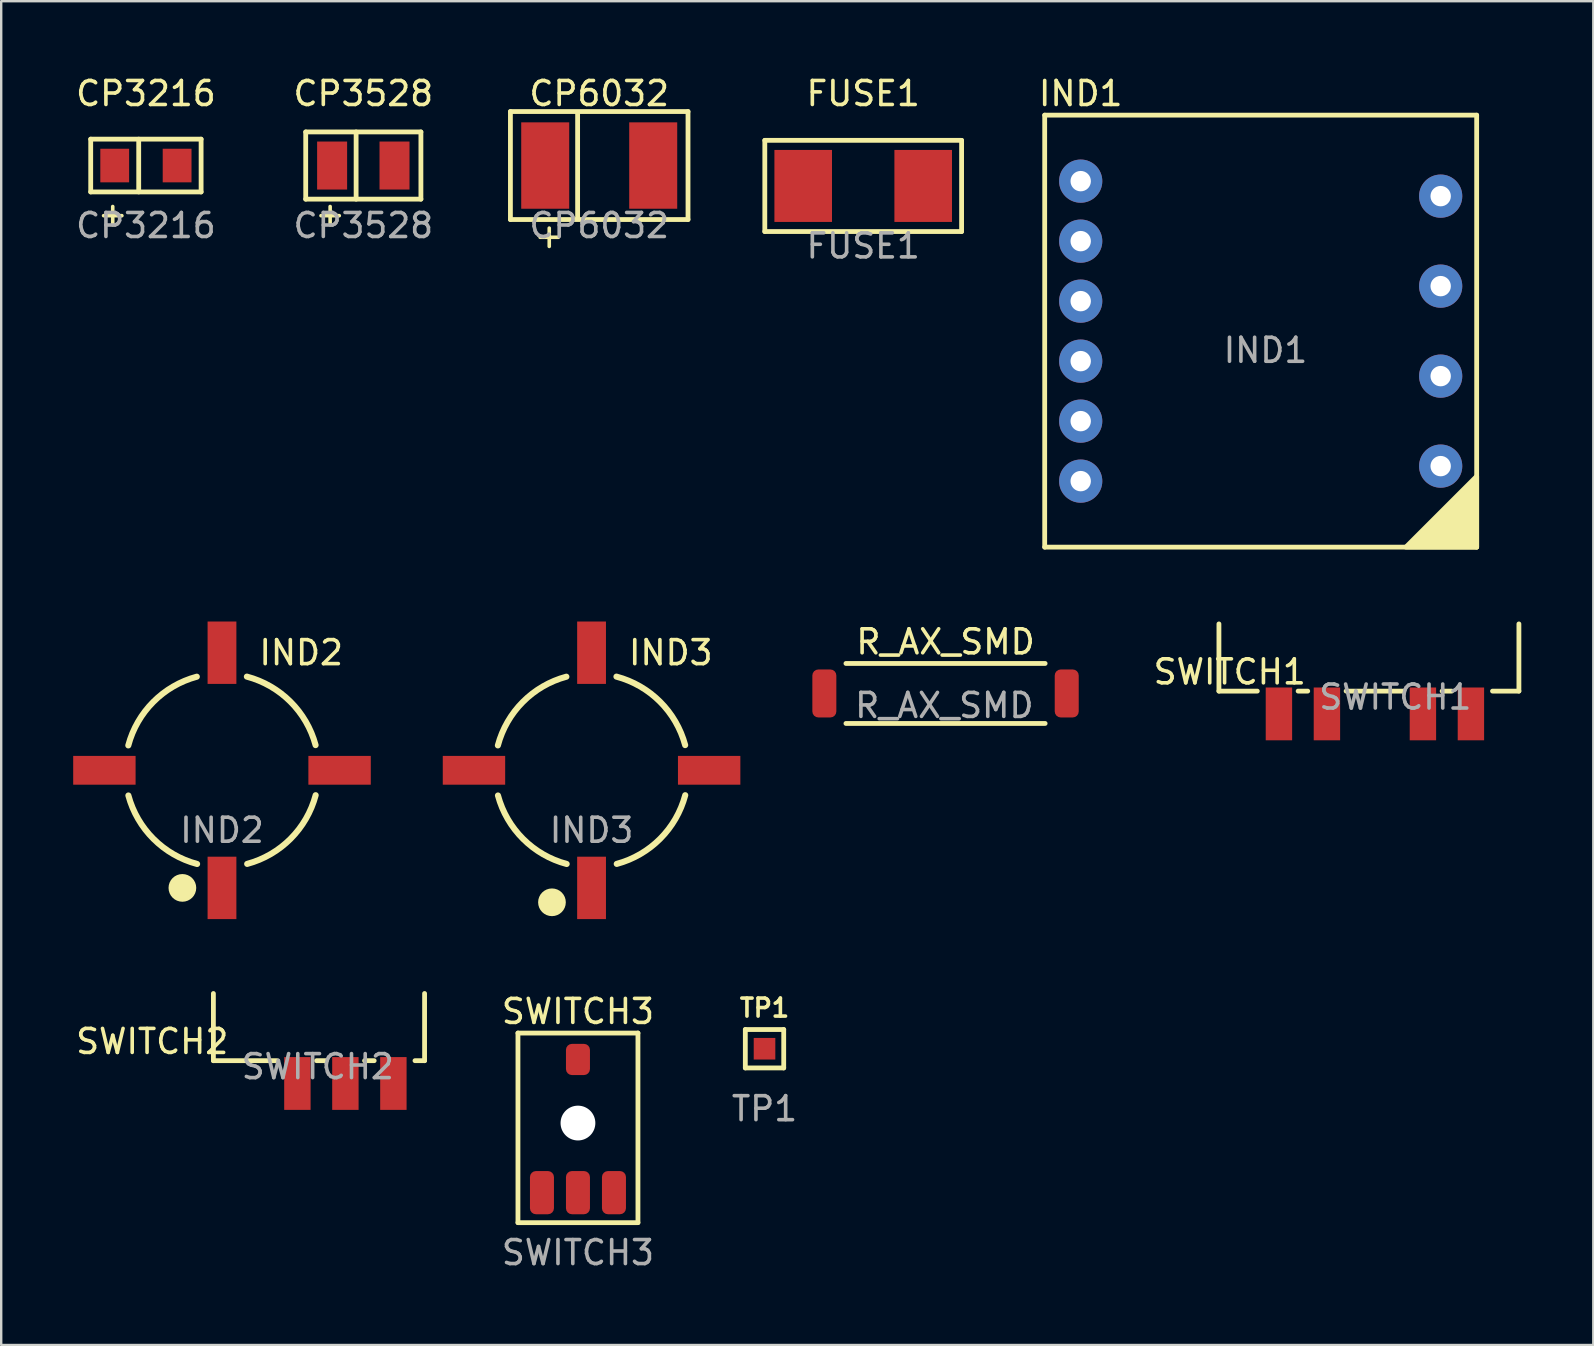
<source format=kicad_pcb>
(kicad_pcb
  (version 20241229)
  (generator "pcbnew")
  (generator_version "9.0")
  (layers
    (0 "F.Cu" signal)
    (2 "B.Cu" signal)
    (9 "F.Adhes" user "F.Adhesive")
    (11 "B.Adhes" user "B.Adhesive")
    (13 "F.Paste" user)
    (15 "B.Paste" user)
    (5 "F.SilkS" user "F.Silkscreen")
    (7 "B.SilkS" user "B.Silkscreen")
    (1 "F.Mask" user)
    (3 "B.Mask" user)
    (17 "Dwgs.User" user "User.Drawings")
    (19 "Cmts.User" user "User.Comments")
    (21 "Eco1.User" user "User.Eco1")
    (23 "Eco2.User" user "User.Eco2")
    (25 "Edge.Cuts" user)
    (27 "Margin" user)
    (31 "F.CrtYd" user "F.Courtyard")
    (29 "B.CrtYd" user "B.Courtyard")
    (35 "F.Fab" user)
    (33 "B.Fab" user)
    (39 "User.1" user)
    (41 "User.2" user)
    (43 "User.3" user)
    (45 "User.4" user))
  (footprint "IND3"
    (layer "F.Cu")
    (at 21.6 29.048)
    (property "Reference" "IND3" (at 3.3 -4.9 0) (unlocked yes) (layer "F.SilkS") (effects (font (size 1 1) (thickness 0.15))))
    (attr smd)
    (fp_arc (start -3.903319 -1.03759) (mid -2.860453 -2.851369) (end -1.05 -3.899999) (stroke (width 0.254) (type default)) (layer "F.SilkS"))
    (fp_arc (start -1.03759 3.903319) (mid -2.851369 2.860453) (end -3.899999 1.05) (stroke (width 0.254) (type default)) (layer "F.SilkS"))
    (fp_arc (start 1.03759 -3.903319) (mid 2.851369 -2.860453) (end 3.899999 -1.05) (stroke (width 0.254) (type default)) (layer "F.SilkS"))
    (fp_arc (start 3.903319 1.03759) (mid 2.860453 2.851369) (end 1.05 3.899999) (stroke (width 0.254) (type default)) (layer "F.SilkS"))
    (fp_circle (center -1.65 5.5) (end -1.2 5.5) (stroke (width 0.254) (type solid)) (fill yes) (layer "F.SilkS"))
    (fp_text user "${REFERENCE}" (at 0 2.5 0) (unlocked yes) (layer "F.Fab") (effects (font (size 1 1) (thickness 0.15))))
    (pad "0" smd rect (at -4.9 0) (size 2.6 1.2) (layers "F.Cu" "F.Mask" "F.Paste"))
    (pad "0" smd rect (at 4.9 0) (size 2.6 1.2) (layers "F.Cu" "F.Mask" "F.Paste"))
    (pad "1" smd rect (at 0 4.9 90) (size 2.6 1.2) (layers "F.Cu" "F.Mask" "B.Adhes" "F.Paste"))
    (pad "2" smd rect (at 0 -4.9 90) (size 2.6 1.2) (layers "F.Cu" "F.Mask" "B.Adhes" "F.Paste")))
  (footprint "CP6032"
    (layer "F.Cu")
    (at 21.919 3.848)
    (property "Reference" "CP6032" (at 0 -3 0) (unlocked yes) (layer "F.SilkS") (effects (font (size 1 1) (thickness 0.15))))
    (attr smd)
    (fp_line (start -3.7 -2.25) (end -3.7 2.25) (stroke (width 0.2) (type default)) (layer "F.SilkS"))
    (fp_line (start -0.9 2.2) (end -0.9 -2.2) (stroke (width 0.2) (type default)) (layer "F.SilkS"))
    (fp_line (start 3.7 -2.25) (end -3.7 -2.25) (stroke (width 0.2) (type default)) (layer "F.SilkS"))
    (fp_line (start 3.7 -2.25) (end 3.7 2.25) (stroke (width 0.2) (type default)) (layer "F.SilkS"))
    (fp_line (start 3.7 2.25) (end -3.7 2.25) (stroke (width 0.2) (type default)) (layer "F.SilkS"))
    (fp_text user "+" (at -2.8 3.5 0) (unlocked yes) (layer "F.SilkS") (effects (font (size 1 1) (thickness 0.15)) (justify left bottom)))
    (fp_text user "${REFERENCE}" (at 0 2.5 0) (unlocked yes) (layer "F.Fab") (effects (font (size 1 1) (thickness 0.15))))
    (pad "1" smd rect (at -2.25 0 270) (size 3.6 2) (layers "F.Cu" "F.Mask" "F.Paste"))
    (pad "2" smd rect (at 2.25 0 270) (size 3.6 2) (layers "F.Cu" "F.Mask" "F.Paste")))
  (footprint "SWITCH2"
    (layer "F.Cu")
    (at 13.342 42.098)
    (property "Reference" "SWITCH2" (at -10.05 -1.75 0) (unlocked yes) (layer "F.SilkS") (effects (font (size 1 1) (thickness 0.15))))
    (attr smd)
    (fp_line (start -7.5 -3.75) (end -7.5 -0.95) (stroke (width 0.2) (type default)) (layer "F.SilkS"))
    (fp_line (start -4.85 -0.95) (end -7.5 -0.95) (stroke (width 0.2) (type default)) (layer "F.SilkS"))
    (fp_line (start -3.2 -0.95) (end -2.8 -0.95) (stroke (width 0.2) (type default)) (layer "F.SilkS"))
    (fp_line (start -1.2 -0.95) (end -0.8 -0.95) (stroke (width 0.2) (type default)) (layer "F.SilkS"))
    (fp_line (start 0.9 -0.95) (end 1.3 -0.95) (stroke (width 0.2) (type default)) (layer "F.SilkS"))
    (fp_line (start 1.3 -0.95) (end 1.3 -3.75) (stroke (width 0.2) (type default)) (layer "F.SilkS"))
    (fp_text user "${REFERENCE}" (at -3.15 -0.7 0) (unlocked yes) (layer "F.Fab") (effects (font (size 1 1) (thickness 0.15))))
    (pad "1" smd rect (at 0 0) (size 1.1 2.2) (layers "F.Cu" "F.Mask" "F.Paste"))
    (pad "2" smd rect (at -4 0) (size 1.1 2.2) (layers "F.Cu" "F.Mask" "F.Paste"))
    (pad "3" smd rect (at -2 0) (size 1.1 2.2) (layers "F.Cu" "F.Mask" "F.Paste")))
  (footprint "SWITCH1"
    (layer "F.Cu")
    (at 58.242 26.698)
    (property "Reference" "SWITCH1" (at -10.05 -1.75 0) (unlocked yes) (layer "F.SilkS") (effects (font (size 1 1) (thickness 0.15))))
    (attr smd)
    (fp_line (start -10.5 -3.75) (end -10.5 -0.95) (stroke (width 0.2) (type default)) (layer "F.SilkS"))
    (fp_line (start -8.9 -0.95) (end -10.5 -0.95) (stroke (width 0.2) (type default)) (layer "F.SilkS"))
    (fp_line (start -7.2 -0.95) (end -6.8 -0.95) (stroke (width 0.2) (type default)) (layer "F.SilkS"))
    (fp_line (start -5.2 -0.95) (end -2.8 -0.95) (stroke (width 0.2) (type default)) (layer "F.SilkS"))
    (fp_line (start -1.2 -0.95) (end -0.8 -0.95) (stroke (width 0.2) (type default)) (layer "F.SilkS"))
    (fp_line (start 0.9 -0.95) (end 2 -0.95) (stroke (width 0.2) (type default)) (layer "F.SilkS"))
    (fp_line (start 2 -0.95) (end 2 -3.75) (stroke (width 0.2) (type default)) (layer "F.SilkS"))
    (fp_text user "${REFERENCE}" (at -3.15 -0.7 0) (unlocked yes) (layer "F.Fab") (effects (font (size 1 1) (thickness 0.15))))
    (pad "1" smd rect (at 0 0) (size 1.1 2.2) (layers "F.Cu" "F.Mask" "F.Paste"))
    (pad "2" smd rect (at -2 0) (size 1.1 2.2) (layers "F.Cu" "F.Mask" "F.Paste"))
    (pad "3" smd rect (at -6 0) (size 1.1 2.2) (layers "F.Cu" "F.Mask" "F.Paste"))
    (pad "4" smd rect (at -8 0) (size 1.1 2.2) (layers "F.Cu" "F.Mask" "F.Paste")))
  (footprint "SWITCH3"
    (layer "F.Cu")
    (at 21.033 46.647)
    (property "Reference" "SWITCH3" (at 0 -7.55 0) (unlocked yes) (layer "F.SilkS") (effects (font (size 1 1) (thickness 0.15))))
    (attr smd)
    (fp_line (start -2.5 -6.65) (end 2.5 -6.65) (stroke (width 0.2) (type default)) (layer "F.SilkS"))
    (fp_line (start -2.5 1.25) (end -2.5 -6.65) (stroke (width 0.2) (type default)) (layer "F.SilkS"))
    (fp_line (start -2.5 1.25) (end 2.5 1.25) (stroke (width 0.2) (type default)) (layer "F.SilkS"))
    (fp_line (start 2.5 1.25) (end 2.5 -6.65) (stroke (width 0.2) (type default)) (layer "F.SilkS"))
    (fp_text user "${REFERENCE}" (at 0 2.5 0) (unlocked yes) (layer "F.Fab") (effects (font (size 1 1) (thickness 0.15))))
    (pad "" np_thru_hole circle (at 0 -2.9) (size 1.45 1.45) (drill 1.45) (layers "*.Cu" "*.Mask"))
    (pad "0" smd roundrect (at -1.5 0) (size 1 1.8) (layers "F.Cu" "F.Mask" "F.Paste") (roundrect_rratio 0.25))
    (pad "0" smd roundrect (at 1.5 0) (size 1 1.8) (layers "F.Cu" "F.Mask" "F.Paste") (roundrect_rratio 0.25))
    (pad "1" smd roundrect (at 0 0) (size 1 1.8) (layers "F.Cu" "F.Mask" "F.Paste") (roundrect_rratio 0.25))
    (pad "2" smd roundrect (at 0 -5.55) (size 1 1.3) (layers "F.Cu" "F.Mask" "F.Paste") (roundrect_rratio 0.25)))
  (footprint "CP3528"
    (layer "F.Cu")
    (at 12.089 3.848)
    (property "Reference" "CP3528" (at 0 -3 0) (unlocked yes) (layer "F.SilkS") (effects (font (size 1 1) (thickness 0.15))))
    (attr smd)
    (fp_line (start -2.4 -1.4) (end -2.4 1.4) (stroke (width 0.2) (type default)) (layer "F.SilkS"))
    (fp_line (start -0.3 1.4) (end -0.3 -1.4) (stroke (width 0.2) (type default)) (layer "F.SilkS"))
    (fp_line (start 2.4 -1.4) (end -2.4 -1.4) (stroke (width 0.2) (type default)) (layer "F.SilkS"))
    (fp_line (start 2.4 -1.4) (end 2.4 1.4) (stroke (width 0.2) (type default)) (layer "F.SilkS"))
    (fp_line (start 2.4 1.4) (end -2.4 1.4) (stroke (width 0.2) (type default)) (layer "F.SilkS"))
    (fp_text user "+" (at -2.1 2.6 0) (unlocked yes) (layer "F.SilkS") (effects (font (size 1 1) (thickness 0.15)) (justify left bottom)))
    (fp_text user "${REFERENCE}" (at 0 2.5 0) (unlocked yes) (layer "F.Fab") (effects (font (size 1 1) (thickness 0.15))))
    (pad "1" smd rect (at -1.3 0 270) (size 2 1.25) (layers "F.Cu" "F.Mask" "F.Paste"))
    (pad "2" smd rect (at 1.3 0 270) (size 2 1.25) (layers "F.Cu" "F.Mask" "F.Paste")))
  (footprint "IND1"
    (layer "F.Cu")
    (at 41.982 4.498)
    (property "Reference" "IND1" (at 0 -3.65 0) (unlocked yes) (layer "F.SilkS") (effects (font (size 1 1) (thickness 0.15))))
    (attr through_hole)
    (fp_line (start -1.5 -2.75) (end -1.5 15.25) (stroke (width 0.2) (type default)) (layer "F.SilkS"))
    (fp_line (start -1.5 -2.75) (end 16.5 -2.75) (stroke (width 0.2) (type default)) (layer "F.SilkS"))
    (fp_line (start 16.5 15.25) (end -1.5 15.25) (stroke (width 0.2) (type default)) (layer "F.SilkS"))
    (fp_line (start 16.5 15.25) (end 16.5 -2.75) (stroke (width 0.2) (type default)) (layer "F.SilkS"))
    (fp_poly (pts (xy 16.5 15.25) (xy 16.5 12.3) (xy 13.55 15.25)) (stroke (width 0.2) (type solid)) (fill yes) (layer "F.SilkS"))
    (fp_text user "${REFERENCE}" (at 7.7 7.05 0) (unlocked yes) (layer "F.Fab") (effects (font (size 1 1) (thickness 0.15))))
    (pad "1" thru_hole circle (at 15 11.875) (size 1.8 1.8) (drill 0.85) (layers "*.Cu" "*.Mask"))
    (pad "2" thru_hole circle (at 15 8.125) (size 1.8 1.8) (drill 0.85) (layers "*.Cu" "*.Mask"))
    (pad "3" thru_hole circle (at 15 4.375) (size 1.8 1.8) (drill 0.85) (layers "*.Cu" "*.Mask"))
    (pad "4" thru_hole circle (at 15 0.625) (size 1.8 1.8) (drill 0.85) (layers "*.Cu" "*.Mask"))
    (pad "5" thru_hole circle (at 0 0) (size 1.8 1.8) (drill 0.85) (layers "*.Cu" "*.Mask"))
    (pad "6" thru_hole circle (at 0 2.5) (size 1.8 1.8) (drill 0.85) (layers "*.Cu" "*.Mask"))
    (pad "7" thru_hole circle (at 0 5) (size 1.8 1.8) (drill 0.85) (layers "*.Cu" "*.Mask"))
    (pad "8" thru_hole circle (at 0 7.5) (size 1.8 1.8) (drill 0.85) (layers "*.Cu" "*.Mask"))
    (pad "9" thru_hole circle (at 0 10) (size 1.8 1.8) (drill 0.85) (layers "*.Cu" "*.Mask"))
    (pad "10" thru_hole circle (at 0 12.5) (size 1.8 1.8) (drill 0.85) (layers "*.Cu" "*.Mask")))
  (footprint "R_AX_SMD"
    (layer "F.Cu")
    (at 36.35 25.846)
    (property "Reference" "R_AX_SMD" (at 0 -2.15 0) (unlocked yes) (layer "F.SilkS") (effects (font (size 1 1) (thickness 0.15))))
    (attr smd)
    (fp_line (start -4.15 -1.25) (end 4.15 -1.25) (stroke (width 0.2) (type default)) (layer "F.SilkS"))
    (fp_line (start -4.15 1.25) (end 4.15 1.25) (stroke (width 0.2) (type default)) (layer "F.SilkS"))
    (fp_text user "${REFERENCE}" (at -0.05 0.5 0) (unlocked yes) (layer "F.Fab") (effects (font (size 1 1) (thickness 0.15))))
    (pad "1" smd roundrect (at -5.05 0) (size 1 2) (layers "F.Cu" "F.Mask" "F.Paste") (roundrect_rratio 0.25))
    (pad "2" smd roundrect (at 5.05 0) (size 1 2) (layers "F.Cu" "F.Mask" "F.Paste") (roundrect_rratio 0.25)))
  (footprint "CP3216"
    (layer "F.Cu")
    (at 3.03 3.848)
    (property "Reference" "CP3216" (at 0 -3 0) (unlocked yes) (layer "F.SilkS") (effects (font (size 1 1) (thickness 0.15))))
    (attr smd)
    (fp_line (start -2.3 -1.1) (end -2.3 1.1) (stroke (width 0.2) (type default)) (layer "F.SilkS"))
    (fp_line (start -0.3 1.1) (end -0.3 -1.1) (stroke (width 0.2) (type default)) (layer "F.SilkS"))
    (fp_line (start 2.3 -1.1) (end -2.3 -1.1) (stroke (width 0.2) (type default)) (layer "F.SilkS"))
    (fp_line (start 2.3 -1.1) (end 2.3 1.1) (stroke (width 0.2) (type default)) (layer "F.SilkS"))
    (fp_line (start 2.3 1.1) (end -2.3 1.1) (stroke (width 0.2) (type default)) (layer "F.SilkS"))
    (fp_text user "+" (at -2.1 2.6 0) (unlocked yes) (layer "F.SilkS") (effects (font (size 1 1) (thickness 0.15)) (justify left bottom)))
    (fp_text user "${REFERENCE}" (at 0 2.5 0) (unlocked yes) (layer "F.Fab") (effects (font (size 1 1) (thickness 0.15))))
    (pad "1" smd rect (at -1.3 0 270) (size 1.4 1.2) (layers "F.Cu" "F.Mask" "F.Paste"))
    (pad "2" smd rect (at 1.3 0 270) (size 1.4 1.2) (layers "F.Cu" "F.Mask" "F.Paste")))
  (footprint "FUSE1"
    (layer "F.Cu")
    (at 32.919 4.698)
    (property "Reference" "FUSE1" (at 0 -3.85 0) (unlocked yes) (layer "F.SilkS") (effects (font (size 1 1) (thickness 0.15))))
    (attr smd)
    (fp_line (start -4.1 -1.9) (end 4.1 -1.9) (stroke (width 0.2) (type default)) (layer "F.SilkS"))
    (fp_line (start -4.1 1.9) (end -4.1 -1.9) (stroke (width 0.2) (type default)) (layer "F.SilkS"))
    (fp_line (start -4.1 1.9) (end 4.1 1.9) (stroke (width 0.2) (type default)) (layer "F.SilkS"))
    (fp_line (start 4.1 1.9) (end 4.1 -1.9) (stroke (width 0.2) (type default)) (layer "F.SilkS"))
    (fp_text user "${REFERENCE}" (at 0 2.5 0) (unlocked yes) (layer "F.Fab") (effects (font (size 1 1) (thickness 0.15))))
    (pad "1" smd rect (at -2.5 0) (size 2.4 3) (layers "F.Cu" "F.Mask" "F.Paste"))
    (pad "2" smd rect (at 2.5 0) (size 2.4 3) (layers "F.Cu" "F.Mask" "F.Paste")))
  (footprint "IND2"
    (layer "F.Cu")
    (at 6.2 29.048)
    (property "Reference" "IND2" (at 3.3 -4.9 0) (unlocked yes) (layer "F.SilkS") (effects (font (size 1 1) (thickness 0.15))))
    (attr smd)
    (fp_arc (start -3.903319 -1.03759) (mid -2.860453 -2.851369) (end -1.05 -3.899999) (stroke (width 0.254) (type default)) (layer "F.SilkS"))
    (fp_arc (start -1.03759 3.903319) (mid -2.851369 2.860453) (end -3.899999 1.05) (stroke (width 0.254) (type default)) (layer "F.SilkS"))
    (fp_arc (start 1.03759 -3.903319) (mid 2.851369 -2.860453) (end 3.899999 -1.05) (stroke (width 0.254) (type default)) (layer "F.SilkS"))
    (fp_arc (start 3.903319 1.03759) (mid 2.860453 2.851369) (end 1.05 3.899999) (stroke (width 0.254) (type default)) (layer "F.SilkS"))
    (fp_circle (center -1.65 4.9) (end -1.2 4.9) (stroke (width 0.254) (type solid)) (fill yes) (layer "F.SilkS"))
    (fp_text user "${REFERENCE}" (at 0 2.5 0) (unlocked yes) (layer "F.Fab") (effects (font (size 1 1) (thickness 0.15))))
    (pad "1" smd rect (at 0 4.9 90) (size 2.6 1.2) (layers "F.Cu" "F.Mask" "B.Adhes" "F.Paste"))
    (pad "2" smd rect (at -4.9 0) (size 2.6 1.2) (layers "F.Cu" "F.Mask" "F.Paste"))
    (pad "3" smd rect (at 0 -4.9 90) (size 2.6 1.2) (layers "F.Cu" "F.Mask" "B.Adhes" "F.Paste"))
    (pad "4" smd rect (at 4.9 0) (size 2.6 1.2) (layers "F.Cu" "F.Mask" "F.Paste")))
  (footprint "TP1"
    (layer "F.Cu")
    (at 28.807 40.65)
    (property "Reference" "TP1" (at 0 -1.7 0) (unlocked yes) (layer "F.SilkS") (effects (font (size 0.75 0.75) (thickness 0.15))))
    (attr smd)
    (fp_line (start -0.8 -0.8) (end -0.8 0.8) (stroke (width 0.2) (type default)) (layer "F.SilkS"))
    (fp_line (start -0.8 -0.8) (end 0.8 -0.8) (stroke (width 0.2) (type default)) (layer "F.SilkS"))
    (fp_line (start 0.8 0.8) (end -0.8 0.8) (stroke (width 0.2) (type default)) (layer "F.SilkS"))
    (fp_line (start 0.8 0.8) (end 0.8 -0.8) (stroke (width 0.2) (type default)) (layer "F.SilkS"))
    (fp_text user "${REFERENCE}" (at 0 2.5 0) (unlocked yes) (layer "F.Fab") (effects (font (size 1 1) (thickness 0.15))))
    (pad "1" smd rect (at 0 0) (size 0.9 0.9) (layers "F.Cu" "F.Mask" "F.Paste")))
  (gr_rect
    (start -3 -3)
    (end 63.342 52.995)
    (stroke (width 0.1) (type default))
    (fill no)
    (layer "Edge.Cuts")))
</source>
